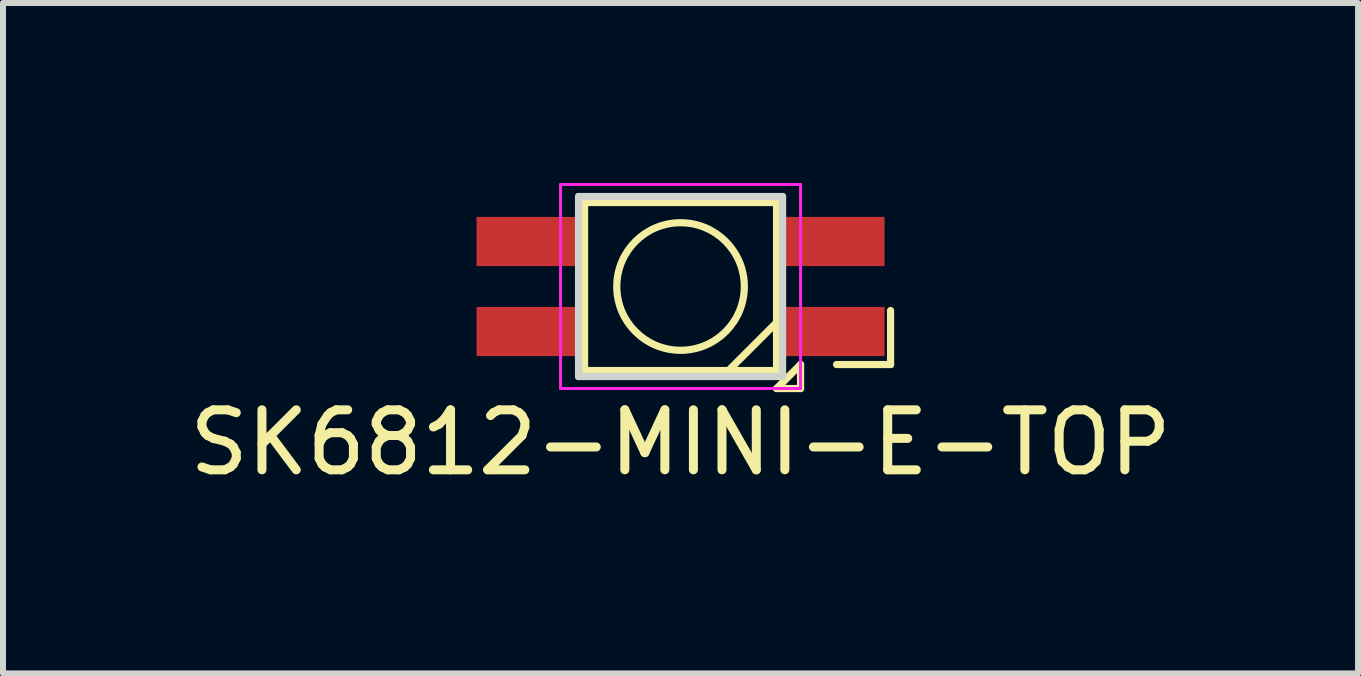
<source format=kicad_pcb>
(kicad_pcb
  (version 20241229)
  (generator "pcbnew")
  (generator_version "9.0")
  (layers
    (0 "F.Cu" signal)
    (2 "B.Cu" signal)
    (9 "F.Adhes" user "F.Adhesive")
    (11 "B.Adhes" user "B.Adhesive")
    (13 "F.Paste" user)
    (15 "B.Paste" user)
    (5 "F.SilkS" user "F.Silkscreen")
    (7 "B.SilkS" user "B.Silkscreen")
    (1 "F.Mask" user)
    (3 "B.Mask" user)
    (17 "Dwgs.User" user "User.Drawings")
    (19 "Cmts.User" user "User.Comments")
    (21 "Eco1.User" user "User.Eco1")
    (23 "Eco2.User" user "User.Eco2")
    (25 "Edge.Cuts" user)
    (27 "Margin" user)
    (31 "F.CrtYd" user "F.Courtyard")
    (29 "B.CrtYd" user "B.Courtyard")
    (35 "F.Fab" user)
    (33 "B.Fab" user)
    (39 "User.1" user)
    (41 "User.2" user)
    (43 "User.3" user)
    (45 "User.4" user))
  (footprint "SK6812-MINI-E-TOP"
    (layer "F.Cu")
    (at 8.292 1.725)
    (property "Reference" "SK6812-MINI-E-TOP" (at 0 2.6 0) (layer "F.SilkS") (effects (font (size 1 1) (thickness 0.15))))
    (attr smd)
    (fp_line (start -1.6 -1.4) (end 1.6 -1.4) (stroke (width 0.12) (type solid)) (layer "F.SilkS"))
    (fp_line (start -1.6 1.4) (end -1.6 -1.4) (stroke (width 0.12) (type solid)) (layer "F.SilkS"))
    (fp_line (start 1.6 -1.4) (end 1.6 1.4) (stroke (width 0.12) (type solid)) (layer "F.SilkS"))
    (fp_line (start 1.6 0.6) (end 0.8 1.4) (stroke (width 0.12) (type solid)) (layer "F.SilkS"))
    (fp_line (start 1.6 1.4) (end -1.6 1.4) (stroke (width 0.12) (type solid)) (layer "F.SilkS"))
    (fp_line (start 1.6 1.7) (end 2 1.7) (stroke (width 0.12) (type solid)) (layer "F.SilkS"))
    (fp_line (start 2 1.3) (end 1.6 1.7) (stroke (width 0.12) (type solid)) (layer "F.SilkS"))
    (fp_line (start 2 1.7) (end 2 1.3) (stroke (width 0.12) (type solid)) (layer "F.SilkS"))
    (fp_line (start 3.5 0.4) (end 3.5 1.3) (stroke (width 0.12) (type solid)) (layer "F.SilkS"))
    (fp_line (start 3.5 1.3) (end 2.6 1.3) (stroke (width 0.12) (type solid)) (layer "F.SilkS"))
    (fp_circle (center 0 0) (end 1.063 0) (stroke (width 0.12) (type solid)) (fill no) (layer "F.SilkS"))
    (fp_line (start -1.7 -1.5) (end -1.7 1.5) (stroke (width 0.12) (type solid)) (layer "Edge.Cuts"))
    (fp_line (start -1.7 1.5) (end 1.7 1.5) (stroke (width 0.12) (type solid)) (layer "Edge.Cuts"))
    (fp_line (start 1.7 -1.5) (end -1.7 -1.5) (stroke (width 0.12) (type solid)) (layer "Edge.Cuts"))
    (fp_line (start 1.7 1.5) (end 1.7 -1.5) (stroke (width 0.12) (type solid)) (layer "Edge.Cuts"))
    (fp_line (start -2 -1.7) (end -2 1.7) (stroke (width 0.05) (type solid)) (layer "F.CrtYd"))
    (fp_line (start -2 1.7) (end 2 1.7) (stroke (width 0.05) (type solid)) (layer "F.CrtYd"))
    (fp_line (start 2 -1.7) (end -2 -1.7) (stroke (width 0.05) (type solid)) (layer "F.CrtYd"))
    (fp_line (start 2 -1.7) (end 2 1.7) (stroke (width 0.05) (type solid)) (layer "F.CrtYd"))
    (pad "1" smd rect (at -2.5 -0.75) (size 1.8 0.82) (layers "F.Cu" "F.Mask" "F.Paste"))
    (pad "2" smd rect (at -2.5 0.75) (size 1.8 0.82) (layers "F.Cu" "F.Mask" "F.Paste"))
    (pad "3" smd custom (at 2.5 0.75) (size 1.8 0.82) (layers "F.Cu" "F.Mask" "F.Paste") (options (anchor rect)) (primitives))
    (pad "4" smd rect (at 2.5 -0.75) (size 1.8 0.82) (layers "F.Cu" "F.Mask" "F.Paste")))
  (gr_rect
    (start -3 -3)
    (end 19.583 8.173)
    (stroke (width 0.1) (type default))
    (fill no)
    (layer "Edge.Cuts")))
</source>
